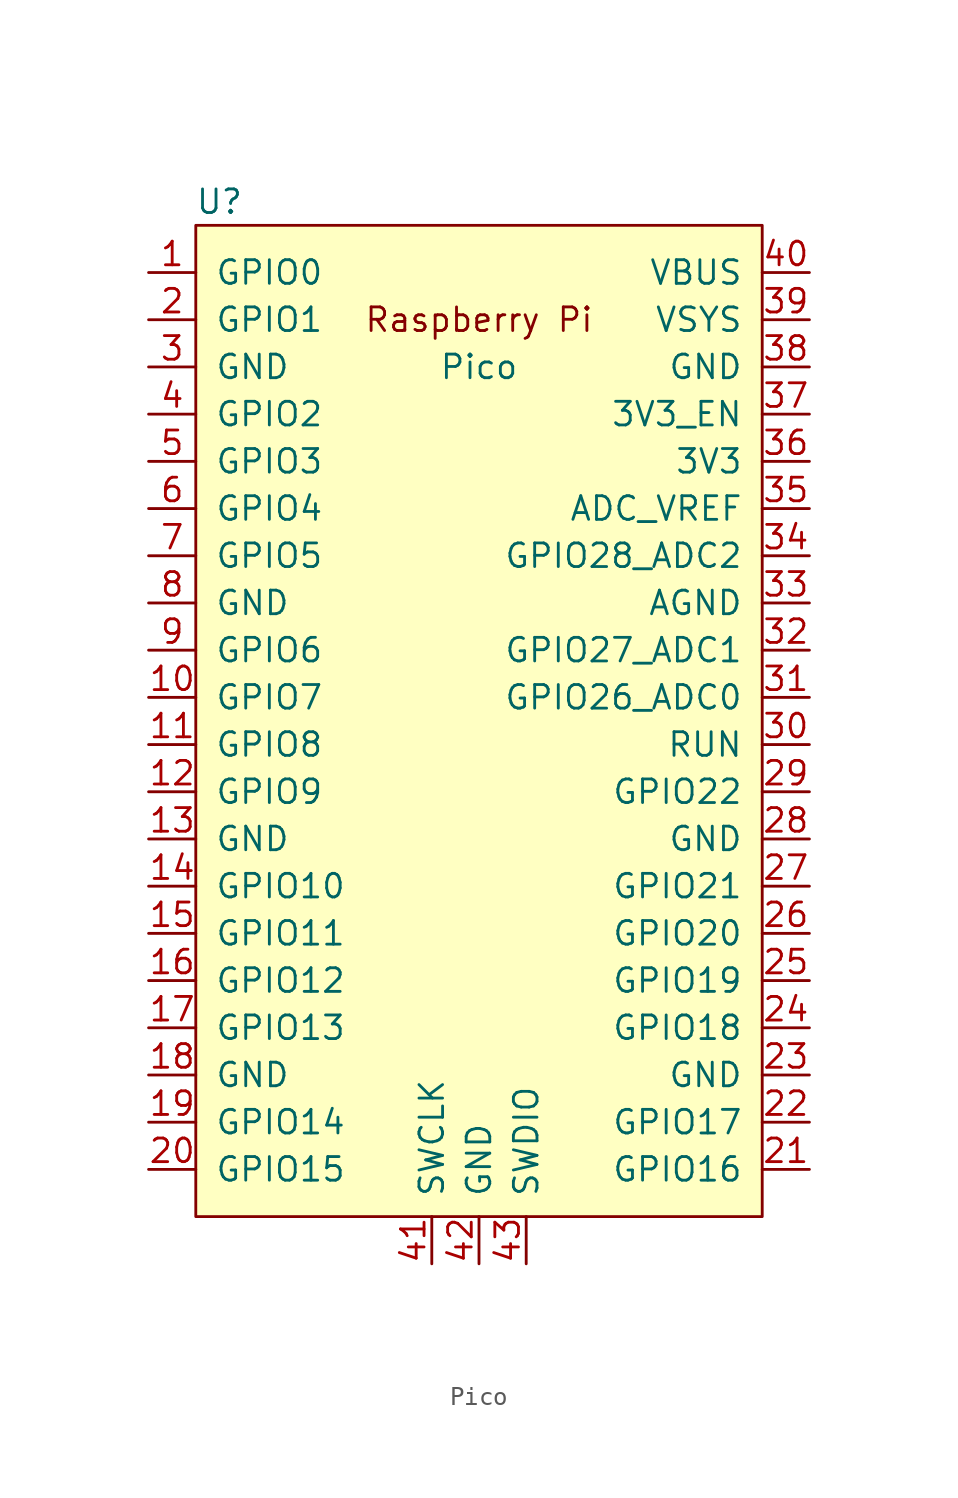
<source format=kicad_sym>
(kicad_symbol_lib
  (version 20220914)
  (generator kicad_symbol_editor)
  (symbol "Pico"
    (pin_names
      (offset 1.016))
    (property "Reference" "U"
      (at -13.97 27.94 0)
      (effects (font (size 1.27 1.27))))
    (property "Value" "Pico"
      (at 0 19.05 0)
      (effects (font (size 1.27 1.27))))
    (symbol "Pico_0_0"
      (text "Raspberry Pi" (at 0 21.59 0) (effects (font (size 1.27 1.27)))))
    (symbol "Pico_0_1"
      (rectangle (start -15.24 26.67) (end 15.24 -26.67) (stroke (width 0) (type solid)) (fill (type background))))
    (symbol "Pico_1_1"
      (pin bidirectional line (at -17.78 24.13 0) (length 2.54) (name "GPIO0" (effects (font (size 1.27 1.27)))) (number "1" (effects (font (size 1.27 1.27)))))
      (pin bidirectional line (at -17.78 1.27 0) (length 2.54) (name "GPIO7" (effects (font (size 1.27 1.27)))) (number "10" (effects (font (size 1.27 1.27)))))
      (pin bidirectional line (at -17.78 -1.27 0) (length 2.54) (name "GPIO8" (effects (font (size 1.27 1.27)))) (number "11" (effects (font (size 1.27 1.27)))))
      (pin bidirectional line (at -17.78 -3.81 0) (length 2.54) (name "GPIO9" (effects (font (size 1.27 1.27)))) (number "12" (effects (font (size 1.27 1.27)))))
      (pin power_in line (at -17.78 -6.35 0) (length 2.54) (name "GND" (effects (font (size 1.27 1.27)))) (number "13" (effects (font (size 1.27 1.27)))))
      (pin bidirectional line (at -17.78 -8.89 0) (length 2.54) (name "GPIO10" (effects (font (size 1.27 1.27)))) (number "14" (effects (font (size 1.27 1.27)))))
      (pin bidirectional line (at -17.78 -11.43 0) (length 2.54) (name "GPIO11" (effects (font (size 1.27 1.27)))) (number "15" (effects (font (size 1.27 1.27)))))
      (pin bidirectional line (at -17.78 -13.97 0) (length 2.54) (name "GPIO12" (effects (font (size 1.27 1.27)))) (number "16" (effects (font (size 1.27 1.27)))))
      (pin bidirectional line (at -17.78 -16.51 0) (length 2.54) (name "GPIO13" (effects (font (size 1.27 1.27)))) (number "17" (effects (font (size 1.27 1.27)))))
      (pin power_in line (at -17.78 -19.05 0) (length 2.54) (name "GND" (effects (font (size 1.27 1.27)))) (number "18" (effects (font (size 1.27 1.27)))))
      (pin bidirectional line (at -17.78 -21.59 0) (length 2.54) (name "GPIO14" (effects (font (size 1.27 1.27)))) (number "19" (effects (font (size 1.27 1.27)))))
      (pin bidirectional line (at -17.78 21.59 0) (length 2.54) (name "GPIO1" (effects (font (size 1.27 1.27)))) (number "2" (effects (font (size 1.27 1.27)))))
      (pin bidirectional line (at -17.78 -24.13 0) (length 2.54) (name "GPIO15" (effects (font (size 1.27 1.27)))) (number "20" (effects (font (size 1.27 1.27)))))
      (pin bidirectional line (at 17.78 -24.13 180) (length 2.54) (name "GPIO16" (effects (font (size 1.27 1.27)))) (number "21" (effects (font (size 1.27 1.27)))))
      (pin bidirectional line (at 17.78 -21.59 180) (length 2.54) (name "GPIO17" (effects (font (size 1.27 1.27)))) (number "22" (effects (font (size 1.27 1.27)))))
      (pin power_in line (at 17.78 -19.05 180) (length 2.54) (name "GND" (effects (font (size 1.27 1.27)))) (number "23" (effects (font (size 1.27 1.27)))))
      (pin bidirectional line (at 17.78 -16.51 180) (length 2.54) (name "GPIO18" (effects (font (size 1.27 1.27)))) (number "24" (effects (font (size 1.27 1.27)))))
      (pin bidirectional line (at 17.78 -13.97 180) (length 2.54) (name "GPIO19" (effects (font (size 1.27 1.27)))) (number "25" (effects (font (size 1.27 1.27)))))
      (pin bidirectional line (at 17.78 -11.43 180) (length 2.54) (name "GPIO20" (effects (font (size 1.27 1.27)))) (number "26" (effects (font (size 1.27 1.27)))))
      (pin bidirectional line (at 17.78 -8.89 180) (length 2.54) (name "GPIO21" (effects (font (size 1.27 1.27)))) (number "27" (effects (font (size 1.27 1.27)))))
      (pin power_in line (at 17.78 -6.35 180) (length 2.54) (name "GND" (effects (font (size 1.27 1.27)))) (number "28" (effects (font (size 1.27 1.27)))))
      (pin bidirectional line (at 17.78 -3.81 180) (length 2.54) (name "GPIO22" (effects (font (size 1.27 1.27)))) (number "29" (effects (font (size 1.27 1.27)))))
      (pin power_in line (at -17.78 19.05 0) (length 2.54) (name "GND" (effects (font (size 1.27 1.27)))) (number "3" (effects (font (size 1.27 1.27)))))
      (pin input line (at 17.78 -1.27 180) (length 2.54) (name "RUN" (effects (font (size 1.27 1.27)))) (number "30" (effects (font (size 1.27 1.27)))))
      (pin bidirectional line (at 17.78 1.27 180) (length 2.54) (name "GPIO26_ADC0" (effects (font (size 1.27 1.27)))) (number "31" (effects (font (size 1.27 1.27)))))
      (pin bidirectional line (at 17.78 3.81 180) (length 2.54) (name "GPIO27_ADC1" (effects (font (size 1.27 1.27)))) (number "32" (effects (font (size 1.27 1.27)))))
      (pin power_in line (at 17.78 6.35 180) (length 2.54) (name "AGND" (effects (font (size 1.27 1.27)))) (number "33" (effects (font (size 1.27 1.27)))))
      (pin bidirectional line (at 17.78 8.89 180) (length 2.54) (name "GPIO28_ADC2" (effects (font (size 1.27 1.27)))) (number "34" (effects (font (size 1.27 1.27)))))
      (pin unspecified line (at 17.78 11.43 180) (length 2.54) (name "ADC_VREF" (effects (font (size 1.27 1.27)))) (number "35" (effects (font (size 1.27 1.27)))))
      (pin power_out line (at 17.78 13.97 180) (length 2.54) (name "3V3" (effects (font (size 1.27 1.27)))) (number "36" (effects (font (size 1.27 1.27)))))
      (pin input line (at 17.78 16.51 180) (length 2.54) (name "3V3_EN" (effects (font (size 1.27 1.27)))) (number "37" (effects (font (size 1.27 1.27)))))
      (pin power_in line (at 17.78 19.05 180) (length 2.54) (name "GND" (effects (font (size 1.27 1.27)))) (number "38" (effects (font (size 1.27 1.27)))))
      (pin power_in line (at 17.78 21.59 180) (length 2.54) (name "VSYS" (effects (font (size 1.27 1.27)))) (number "39" (effects (font (size 1.27 1.27)))))
      (pin bidirectional line (at -17.78 16.51 0) (length 2.54) (name "GPIO2" (effects (font (size 1.27 1.27)))) (number "4" (effects (font (size 1.27 1.27)))))
      (pin power_in line (at 17.78 24.13 180) (length 2.54) (name "VBUS" (effects (font (size 1.27 1.27)))) (number "40" (effects (font (size 1.27 1.27)))))
      (pin input line (at -2.54 -29.21 90) (length 2.54) (name "SWCLK" (effects (font (size 1.27 1.27)))) (number "41" (effects (font (size 1.27 1.27)))))
      (pin power_in line (at 0 -29.21 90) (length 2.54) (name "GND" (effects (font (size 1.27 1.27)))) (number "42" (effects (font (size 1.27 1.27)))))
      (pin bidirectional line (at 2.54 -29.21 90) (length 2.54) (name "SWDIO" (effects (font (size 1.27 1.27)))) (number "43" (effects (font (size 1.27 1.27)))))
      (pin bidirectional line (at -17.78 13.97 0) (length 2.54) (name "GPIO3" (effects (font (size 1.27 1.27)))) (number "5" (effects (font (size 1.27 1.27)))))
      (pin bidirectional line (at -17.78 11.43 0) (length 2.54) (name "GPIO4" (effects (font (size 1.27 1.27)))) (number "6" (effects (font (size 1.27 1.27)))))
      (pin bidirectional line (at -17.78 8.89 0) (length 2.54) (name "GPIO5" (effects (font (size 1.27 1.27)))) (number "7" (effects (font (size 1.27 1.27)))))
      (pin power_in line (at -17.78 6.35 0) (length 2.54) (name "GND" (effects (font (size 1.27 1.27)))) (number "8" (effects (font (size 1.27 1.27)))))
      (pin bidirectional line (at -17.78 3.81 0) (length 2.54) (name "GPIO6" (effects (font (size 1.27 1.27)))) (number "9" (effects (font (size 1.27 1.27))))))))
</source>
